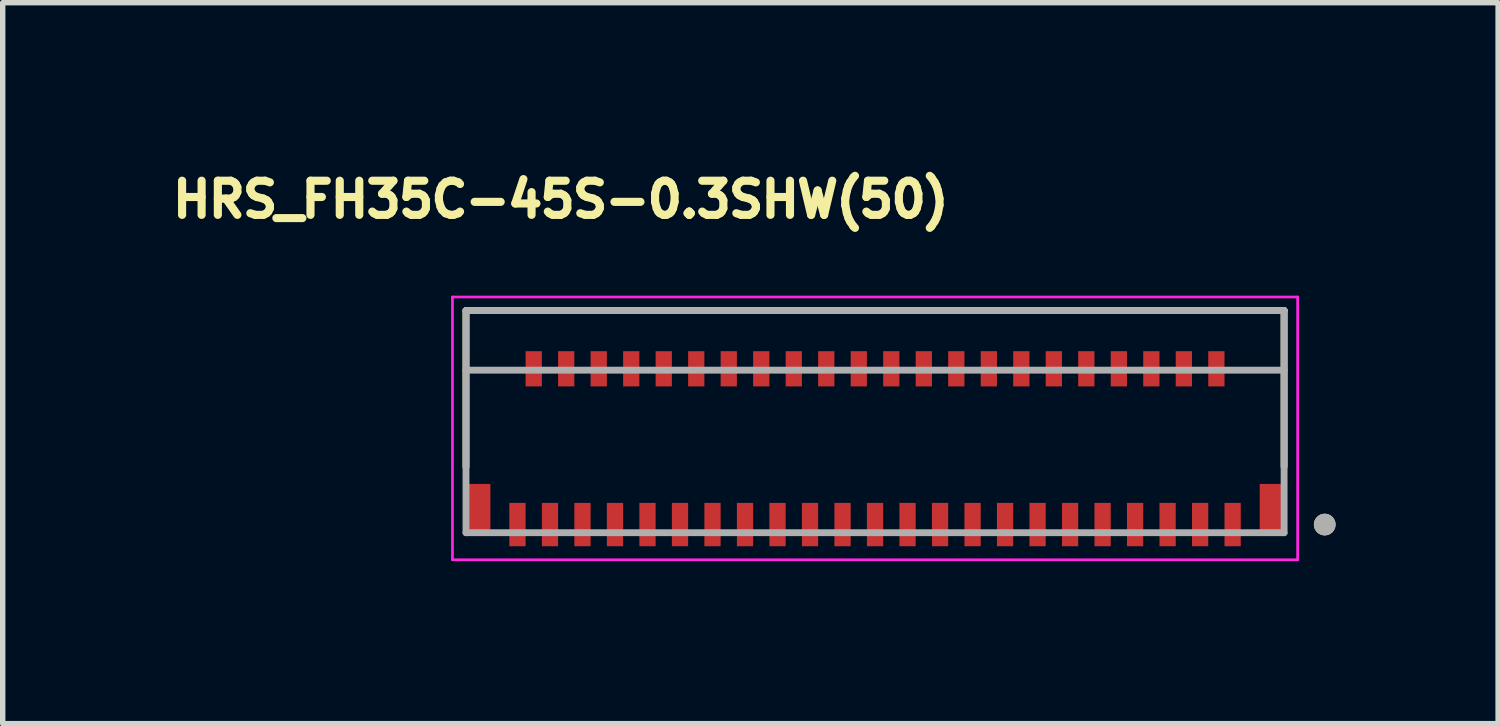
<source format=kicad_pcb>
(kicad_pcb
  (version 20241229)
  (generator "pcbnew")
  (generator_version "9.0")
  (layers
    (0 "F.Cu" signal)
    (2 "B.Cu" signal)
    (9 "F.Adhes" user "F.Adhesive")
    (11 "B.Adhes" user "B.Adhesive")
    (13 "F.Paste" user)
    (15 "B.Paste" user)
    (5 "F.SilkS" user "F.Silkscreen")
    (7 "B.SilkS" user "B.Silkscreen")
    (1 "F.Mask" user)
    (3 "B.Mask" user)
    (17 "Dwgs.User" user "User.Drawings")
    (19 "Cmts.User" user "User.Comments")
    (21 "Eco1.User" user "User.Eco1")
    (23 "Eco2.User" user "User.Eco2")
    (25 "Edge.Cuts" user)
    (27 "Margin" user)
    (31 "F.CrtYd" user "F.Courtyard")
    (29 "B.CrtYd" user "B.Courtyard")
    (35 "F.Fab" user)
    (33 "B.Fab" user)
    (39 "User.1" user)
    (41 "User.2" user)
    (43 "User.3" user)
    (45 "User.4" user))
  (footprint "HRS_FH35C-45S-0.3SHW(50)"
    (layer "F.Cu")
    (at 13.101 5.232)
    (property "Reference" "HRS_FH35C-45S-0.3SHW(50)" (at -5.8 -4.6 0) (layer "F.SilkS") (effects (font (size 0.63 0.63) (thickness 0.15))))
    (attr smd)
    (fp_line (start -7.55 -2.55) (end -7.55 0.33) (stroke (width 0.127) (type solid)) (layer "F.SilkS"))
    (fp_line (start 7.55 -2.55) (end -7.55 -2.55) (stroke (width 0.127) (type solid)) (layer "F.SilkS"))
    (fp_line (start 7.55 0.33) (end 7.55 -2.55) (stroke (width 0.127) (type solid)) (layer "F.SilkS"))
    (fp_circle (center 8.3 1.4) (end 8.4 1.4) (stroke (width 0.2) (type solid)) (fill no) (layer "F.SilkS"))
    (fp_poly (pts (xy -7.5 0.9) (xy -7.2 0.9) (xy -7.2 1.6) (xy -7.5 1.6)) (stroke (width 0.01) (type solid)) (fill yes) (layer "F.Paste"))
    (fp_poly (pts (xy -6.715 1.15) (xy -6.485 1.15) (xy -6.485 1.8) (xy -6.715 1.8)) (stroke (width 0.01) (type solid)) (fill yes) (layer "F.Paste"))
    (fp_poly (pts (xy -6.415 -1.8) (xy -6.185 -1.8) (xy -6.185 -1.25) (xy -6.415 -1.25)) (stroke (width 0.01) (type solid)) (fill yes) (layer "F.Paste"))
    (fp_poly (pts (xy -6.115 1.15) (xy -5.885 1.15) (xy -5.885 1.8) (xy -6.115 1.8)) (stroke (width 0.01) (type solid)) (fill yes) (layer "F.Paste"))
    (fp_poly (pts (xy -5.815 -1.8) (xy -5.585 -1.8) (xy -5.585 -1.25) (xy -5.815 -1.25)) (stroke (width 0.01) (type solid)) (fill yes) (layer "F.Paste"))
    (fp_poly (pts (xy -5.515 1.15) (xy -5.285 1.15) (xy -5.285 1.8) (xy -5.515 1.8)) (stroke (width 0.01) (type solid)) (fill yes) (layer "F.Paste"))
    (fp_poly (pts (xy -5.215 -1.8) (xy -4.985 -1.8) (xy -4.985 -1.25) (xy -5.215 -1.25)) (stroke (width 0.01) (type solid)) (fill yes) (layer "F.Paste"))
    (fp_poly (pts (xy -4.915 1.15) (xy -4.685 1.15) (xy -4.685 1.8) (xy -4.915 1.8)) (stroke (width 0.01) (type solid)) (fill yes) (layer "F.Paste"))
    (fp_poly (pts (xy -4.615 -1.8) (xy -4.385 -1.8) (xy -4.385 -1.25) (xy -4.615 -1.25)) (stroke (width 0.01) (type solid)) (fill yes) (layer "F.Paste"))
    (fp_poly (pts (xy -4.315 1.15) (xy -4.085 1.15) (xy -4.085 1.8) (xy -4.315 1.8)) (stroke (width 0.01) (type solid)) (fill yes) (layer "F.Paste"))
    (fp_poly (pts (xy -4.015 -1.8) (xy -3.785 -1.8) (xy -3.785 -1.25) (xy -4.015 -1.25)) (stroke (width 0.01) (type solid)) (fill yes) (layer "F.Paste"))
    (fp_poly (pts (xy -3.715 1.15) (xy -3.485 1.15) (xy -3.485 1.8) (xy -3.715 1.8)) (stroke (width 0.01) (type solid)) (fill yes) (layer "F.Paste"))
    (fp_poly (pts (xy -3.415 -1.8) (xy -3.185 -1.8) (xy -3.185 -1.25) (xy -3.415 -1.25)) (stroke (width 0.01) (type solid)) (fill yes) (layer "F.Paste"))
    (fp_poly (pts (xy -3.115 1.15) (xy -2.885 1.15) (xy -2.885 1.8) (xy -3.115 1.8)) (stroke (width 0.01) (type solid)) (fill yes) (layer "F.Paste"))
    (fp_poly (pts (xy -2.815 -1.8) (xy -2.585 -1.8) (xy -2.585 -1.25) (xy -2.815 -1.25)) (stroke (width 0.01) (type solid)) (fill yes) (layer "F.Paste"))
    (fp_poly (pts (xy -2.515 1.15) (xy -2.285 1.15) (xy -2.285 1.8) (xy -2.515 1.8)) (stroke (width 0.01) (type solid)) (fill yes) (layer "F.Paste"))
    (fp_poly (pts (xy -2.215 -1.8) (xy -1.985 -1.8) (xy -1.985 -1.25) (xy -2.215 -1.25)) (stroke (width 0.01) (type solid)) (fill yes) (layer "F.Paste"))
    (fp_poly (pts (xy -1.915 1.15) (xy -1.685 1.15) (xy -1.685 1.8) (xy -1.915 1.8)) (stroke (width 0.01) (type solid)) (fill yes) (layer "F.Paste"))
    (fp_poly (pts (xy -1.615 -1.8) (xy -1.385 -1.8) (xy -1.385 -1.25) (xy -1.615 -1.25)) (stroke (width 0.01) (type solid)) (fill yes) (layer "F.Paste"))
    (fp_poly (pts (xy -1.315 1.15) (xy -1.085 1.15) (xy -1.085 1.8) (xy -1.315 1.8)) (stroke (width 0.01) (type solid)) (fill yes) (layer "F.Paste"))
    (fp_poly (pts (xy -1.015 -1.8) (xy -0.785 -1.8) (xy -0.785 -1.25) (xy -1.015 -1.25)) (stroke (width 0.01) (type solid)) (fill yes) (layer "F.Paste"))
    (fp_poly (pts (xy -0.715 1.15) (xy -0.485 1.15) (xy -0.485 1.8) (xy -0.715 1.8)) (stroke (width 0.01) (type solid)) (fill yes) (layer "F.Paste"))
    (fp_poly (pts (xy -0.415 -1.8) (xy -0.185 -1.8) (xy -0.185 -1.25) (xy -0.415 -1.25)) (stroke (width 0.01) (type solid)) (fill yes) (layer "F.Paste"))
    (fp_poly (pts (xy -0.115 1.15) (xy 0.115 1.15) (xy 0.115 1.8) (xy -0.115 1.8)) (stroke (width 0.01) (type solid)) (fill yes) (layer "F.Paste"))
    (fp_poly (pts (xy 0.185 -1.8) (xy 0.415 -1.8) (xy 0.415 -1.25) (xy 0.185 -1.25)) (stroke (width 0.01) (type solid)) (fill yes) (layer "F.Paste"))
    (fp_poly (pts (xy 0.485 1.15) (xy 0.715 1.15) (xy 0.715 1.8) (xy 0.485 1.8)) (stroke (width 0.01) (type solid)) (fill yes) (layer "F.Paste"))
    (fp_poly (pts (xy 0.785 -1.8) (xy 1.015 -1.8) (xy 1.015 -1.25) (xy 0.785 -1.25)) (stroke (width 0.01) (type solid)) (fill yes) (layer "F.Paste"))
    (fp_poly (pts (xy 1.085 1.15) (xy 1.315 1.15) (xy 1.315 1.8) (xy 1.085 1.8)) (stroke (width 0.01) (type solid)) (fill yes) (layer "F.Paste"))
    (fp_poly (pts (xy 1.385 -1.8) (xy 1.615 -1.8) (xy 1.615 -1.25) (xy 1.385 -1.25)) (stroke (width 0.01) (type solid)) (fill yes) (layer "F.Paste"))
    (fp_poly (pts (xy 1.685 1.15) (xy 1.915 1.15) (xy 1.915 1.8) (xy 1.685 1.8)) (stroke (width 0.01) (type solid)) (fill yes) (layer "F.Paste"))
    (fp_poly (pts (xy 1.985 -1.8) (xy 2.215 -1.8) (xy 2.215 -1.25) (xy 1.985 -1.25)) (stroke (width 0.01) (type solid)) (fill yes) (layer "F.Paste"))
    (fp_poly (pts (xy 2.285 1.15) (xy 2.515 1.15) (xy 2.515 1.8) (xy 2.285 1.8)) (stroke (width 0.01) (type solid)) (fill yes) (layer "F.Paste"))
    (fp_poly (pts (xy 2.585 -1.8) (xy 2.815 -1.8) (xy 2.815 -1.25) (xy 2.585 -1.25)) (stroke (width 0.01) (type solid)) (fill yes) (layer "F.Paste"))
    (fp_poly (pts (xy 2.885 1.15) (xy 3.115 1.15) (xy 3.115 1.8) (xy 2.885 1.8)) (stroke (width 0.01) (type solid)) (fill yes) (layer "F.Paste"))
    (fp_poly (pts (xy 3.185 -1.8) (xy 3.415 -1.8) (xy 3.415 -1.25) (xy 3.185 -1.25)) (stroke (width 0.01) (type solid)) (fill yes) (layer "F.Paste"))
    (fp_poly (pts (xy 3.485 1.15) (xy 3.715 1.15) (xy 3.715 1.8) (xy 3.485 1.8)) (stroke (width 0.01) (type solid)) (fill yes) (layer "F.Paste"))
    (fp_poly (pts (xy 3.785 -1.8) (xy 4.015 -1.8) (xy 4.015 -1.25) (xy 3.785 -1.25)) (stroke (width 0.01) (type solid)) (fill yes) (layer "F.Paste"))
    (fp_poly (pts (xy 4.085 1.15) (xy 4.315 1.15) (xy 4.315 1.8) (xy 4.085 1.8)) (stroke (width 0.01) (type solid)) (fill yes) (layer "F.Paste"))
    (fp_poly (pts (xy 4.385 -1.8) (xy 4.615 -1.8) (xy 4.615 -1.25) (xy 4.385 -1.25)) (stroke (width 0.01) (type solid)) (fill yes) (layer "F.Paste"))
    (fp_poly (pts (xy 4.685 1.15) (xy 4.915 1.15) (xy 4.915 1.8) (xy 4.685 1.8)) (stroke (width 0.01) (type solid)) (fill yes) (layer "F.Paste"))
    (fp_poly (pts (xy 4.985 -1.8) (xy 5.215 -1.8) (xy 5.215 -1.25) (xy 4.985 -1.25)) (stroke (width 0.01) (type solid)) (fill yes) (layer "F.Paste"))
    (fp_poly (pts (xy 5.285 1.15) (xy 5.515 1.15) (xy 5.515 1.8) (xy 5.285 1.8)) (stroke (width 0.01) (type solid)) (fill yes) (layer "F.Paste"))
    (fp_poly (pts (xy 5.585 -1.8) (xy 5.815 -1.8) (xy 5.815 -1.25) (xy 5.585 -1.25)) (stroke (width 0.01) (type solid)) (fill yes) (layer "F.Paste"))
    (fp_poly (pts (xy 5.885 1.15) (xy 6.115 1.15) (xy 6.115 1.8) (xy 5.885 1.8)) (stroke (width 0.01) (type solid)) (fill yes) (layer "F.Paste"))
    (fp_poly (pts (xy 6.185 -1.8) (xy 6.415 -1.8) (xy 6.415 -1.25) (xy 6.185 -1.25)) (stroke (width 0.01) (type solid)) (fill yes) (layer "F.Paste"))
    (fp_poly (pts (xy 6.485 1.15) (xy 6.715 1.15) (xy 6.715 1.8) (xy 6.485 1.8)) (stroke (width 0.01) (type solid)) (fill yes) (layer "F.Paste"))
    (fp_poly (pts (xy 7.2 0.9) (xy 7.5 0.9) (xy 7.5 1.6) (xy 7.2 1.6)) (stroke (width 0.01) (type solid)) (fill yes) (layer "F.Paste"))
    (fp_line (start -7.8 -2.8) (end -7.8 2.05) (stroke (width 0.05) (type solid)) (layer "F.CrtYd"))
    (fp_line (start -7.8 2.05) (end 7.8 2.05) (stroke (width 0.05) (type solid)) (layer "F.CrtYd"))
    (fp_line (start 7.8 -2.8) (end -7.8 -2.8) (stroke (width 0.05) (type solid)) (layer "F.CrtYd"))
    (fp_line (start 7.8 2.05) (end 7.8 -2.8) (stroke (width 0.05) (type solid)) (layer "F.CrtYd"))
    (fp_line (start -7.55 -2.55) (end 7.55 -2.55) (stroke (width 0.127) (type solid)) (layer "F.Fab"))
    (fp_line (start -7.55 -1.45) (end -7.55 -2.55) (stroke (width 0.127) (type solid)) (layer "F.Fab"))
    (fp_line (start -7.55 -1.45) (end -7.55 1.55) (stroke (width 0.127) (type solid)) (layer "F.Fab"))
    (fp_line (start -7.55 1.55) (end 7.55 1.55) (stroke (width 0.127) (type solid)) (layer "F.Fab"))
    (fp_line (start 7.55 -2.55) (end 7.55 -1.45) (stroke (width 0.127) (type solid)) (layer "F.Fab"))
    (fp_line (start 7.55 -1.45) (end -7.55 -1.45) (stroke (width 0.127) (type solid)) (layer "F.Fab"))
    (fp_line (start 7.55 1.55) (end 7.55 -1.45) (stroke (width 0.127) (type solid)) (layer "F.Fab"))
    (fp_circle (center 8.3 1.4) (end 8.4 1.4) (stroke (width 0.2) (type solid)) (fill no) (layer "F.Fab"))
    (pad "1" smd rect (at 6.6 1.4) (size 0.3 0.8) (layers "F.Cu" "F.Mask"))
    (pad "2" smd rect (at 6.3 -1.475) (size 0.3 0.65) (layers "F.Cu" "F.Mask"))
    (pad "3" smd rect (at 6 1.4) (size 0.3 0.8) (layers "F.Cu" "F.Mask"))
    (pad "4" smd rect (at 5.7 -1.475) (size 0.3 0.65) (layers "F.Cu" "F.Mask"))
    (pad "5" smd rect (at 5.4 1.4) (size 0.3 0.8) (layers "F.Cu" "F.Mask"))
    (pad "6" smd rect (at 5.1 -1.475) (size 0.3 0.65) (layers "F.Cu" "F.Mask"))
    (pad "7" smd rect (at 4.8 1.4) (size 0.3 0.8) (layers "F.Cu" "F.Mask"))
    (pad "8" smd rect (at 4.5 -1.475) (size 0.3 0.65) (layers "F.Cu" "F.Mask"))
    (pad "9" smd rect (at 4.2 1.4) (size 0.3 0.8) (layers "F.Cu" "F.Mask"))
    (pad "10" smd rect (at 3.9 -1.475) (size 0.3 0.65) (layers "F.Cu" "F.Mask"))
    (pad "11" smd rect (at 3.6 1.4) (size 0.3 0.8) (layers "F.Cu" "F.Mask"))
    (pad "12" smd rect (at 3.3 -1.475) (size 0.3 0.65) (layers "F.Cu" "F.Mask"))
    (pad "13" smd rect (at 3 1.4) (size 0.3 0.8) (layers "F.Cu" "F.Mask"))
    (pad "14" smd rect (at 2.7 -1.475) (size 0.3 0.65) (layers "F.Cu" "F.Mask"))
    (pad "15" smd rect (at 2.4 1.4) (size 0.3 0.8) (layers "F.Cu" "F.Mask"))
    (pad "16" smd rect (at 2.1 -1.475) (size 0.3 0.65) (layers "F.Cu" "F.Mask"))
    (pad "17" smd rect (at 1.8 1.4) (size 0.3 0.8) (layers "F.Cu" "F.Mask"))
    (pad "18" smd rect (at 1.5 -1.475) (size 0.3 0.65) (layers "F.Cu" "F.Mask"))
    (pad "19" smd rect (at 1.2 1.4) (size 0.3 0.8) (layers "F.Cu" "F.Mask"))
    (pad "20" smd rect (at 0.9 -1.475) (size 0.3 0.65) (layers "F.Cu" "F.Mask"))
    (pad "21" smd rect (at 0.6 1.4) (size 0.3 0.8) (layers "F.Cu" "F.Mask"))
    (pad "22" smd rect (at 0.3 -1.475) (size 0.3 0.65) (layers "F.Cu" "F.Mask"))
    (pad "23" smd rect (at 0 1.4) (size 0.3 0.8) (layers "F.Cu" "F.Mask"))
    (pad "24" smd rect (at -0.3 -1.475) (size 0.3 0.65) (layers "F.Cu" "F.Mask"))
    (pad "25" smd rect (at -0.6 1.4) (size 0.3 0.8) (layers "F.Cu" "F.Mask"))
    (pad "26" smd rect (at -0.9 -1.475) (size 0.3 0.65) (layers "F.Cu" "F.Mask"))
    (pad "27" smd rect (at -1.2 1.4) (size 0.3 0.8) (layers "F.Cu" "F.Mask"))
    (pad "28" smd rect (at -1.5 -1.475) (size 0.3 0.65) (layers "F.Cu" "F.Mask"))
    (pad "29" smd rect (at -1.8 1.4) (size 0.3 0.8) (layers "F.Cu" "F.Mask"))
    (pad "30" smd rect (at -2.1 -1.475) (size 0.3 0.65) (layers "F.Cu" "F.Mask"))
    (pad "31" smd rect (at -2.4 1.4) (size 0.3 0.8) (layers "F.Cu" "F.Mask"))
    (pad "32" smd rect (at -2.7 -1.475) (size 0.3 0.65) (layers "F.Cu" "F.Mask"))
    (pad "33" smd rect (at -3 1.4) (size 0.3 0.8) (layers "F.Cu" "F.Mask"))
    (pad "34" smd rect (at -3.3 -1.475) (size 0.3 0.65) (layers "F.Cu" "F.Mask"))
    (pad "35" smd rect (at -3.6 1.4) (size 0.3 0.8) (layers "F.Cu" "F.Mask"))
    (pad "36" smd rect (at -3.9 -1.475) (size 0.3 0.65) (layers "F.Cu" "F.Mask"))
    (pad "37" smd rect (at -4.2 1.4) (size 0.3 0.8) (layers "F.Cu" "F.Mask"))
    (pad "38" smd rect (at -4.5 -1.475) (size 0.3 0.65) (layers "F.Cu" "F.Mask"))
    (pad "39" smd rect (at -4.8 1.4) (size 0.3 0.8) (layers "F.Cu" "F.Mask"))
    (pad "40" smd rect (at -5.1 -1.475) (size 0.3 0.65) (layers "F.Cu" "F.Mask"))
    (pad "41" smd rect (at -5.4 1.4) (size 0.3 0.8) (layers "F.Cu" "F.Mask"))
    (pad "42" smd rect (at -5.7 -1.475) (size 0.3 0.65) (layers "F.Cu" "F.Mask"))
    (pad "43" smd rect (at -6 1.4) (size 0.3 0.8) (layers "F.Cu" "F.Mask"))
    (pad "44" smd rect (at -6.3 -1.475) (size 0.3 0.65) (layers "F.Cu" "F.Mask"))
    (pad "45" smd rect (at -6.6 1.4) (size 0.3 0.8) (layers "F.Cu" "F.Mask"))
    (pad "S1" smd rect (at 7.3 1.125) (size 0.4 0.95) (layers "F.Cu" "F.Mask"))
    (pad "S2" smd rect (at -7.3 1.125) (size 0.4 0.95) (layers "F.Cu" "F.Mask")))
  (gr_rect
    (start -3 -3)
    (end 24.601 10.307)
    (stroke (width 0.1) (type default))
    (fill no)
    (layer "Edge.Cuts")))
</source>
